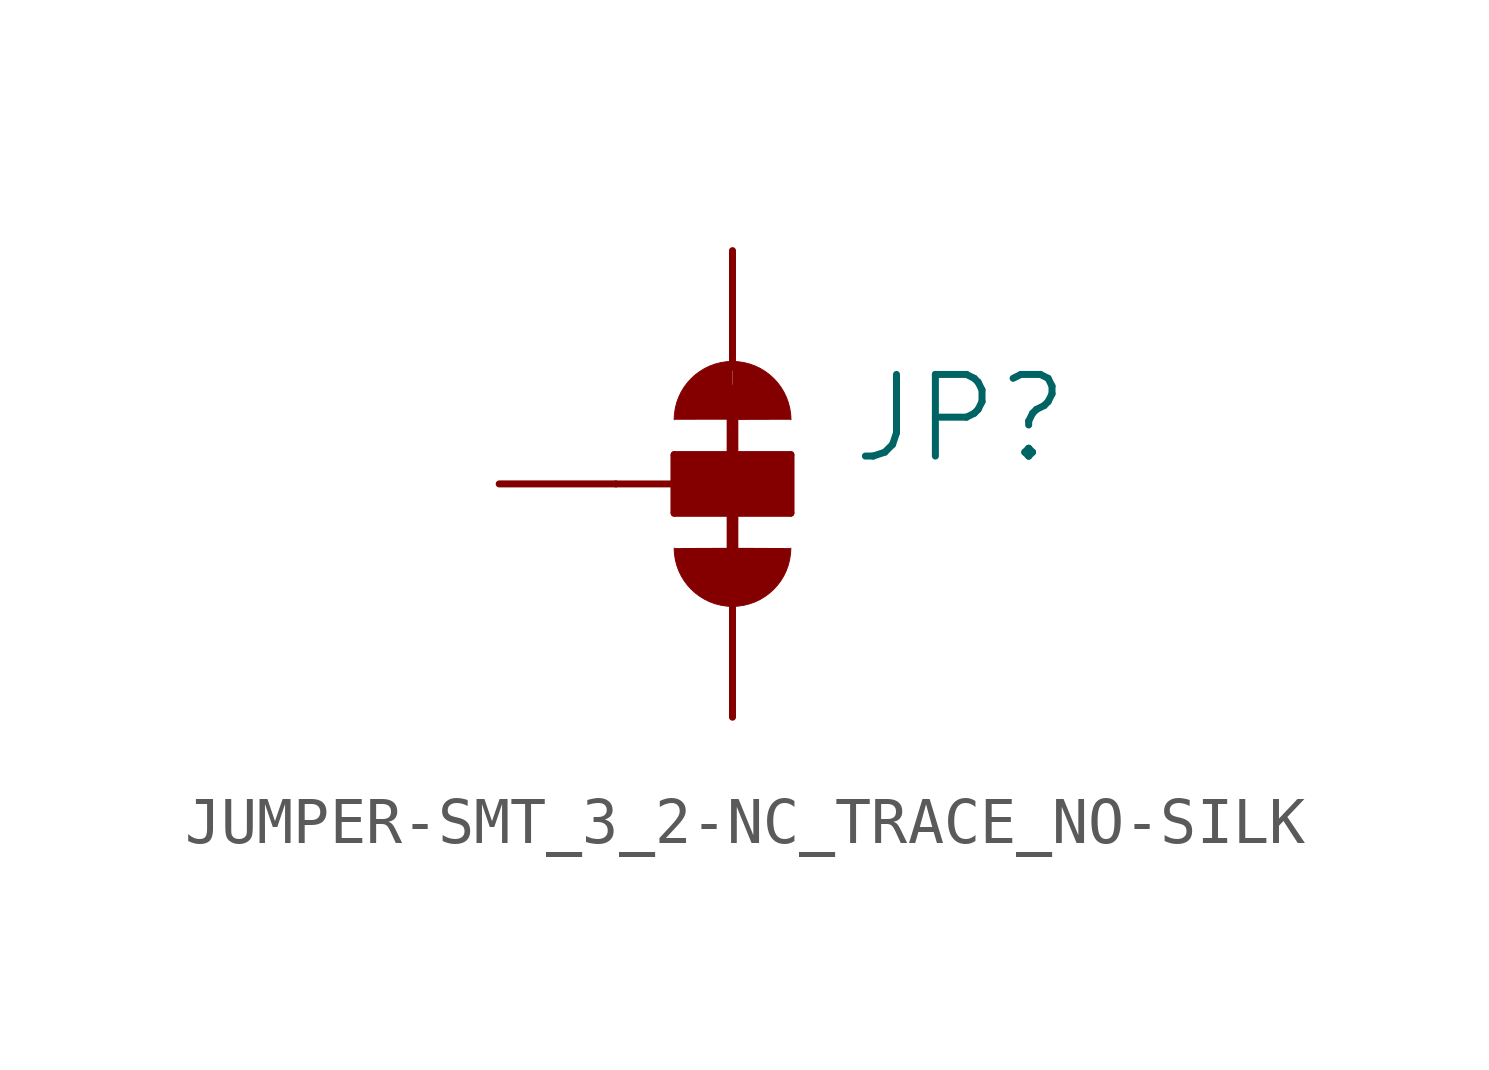
<source format=kicad_sym>
(kicad_symbol_lib
  (version 20220914)
  (generator kicad_symbol_editor)
  (symbol "JUMPER-SMT_3_2-NC_TRACE_NO-SILK"
    (property "Reference" "JP"
      (at 2.54 0.381 0)
      (effects (font (size 1.778 1.778)) (justify left bottom)))
    (property "Value" ""
      (at 2.54 -0.381 0)
      (effects (font (size 1.778 1.778)) (justify left top)))
    (property "ki_locked" ""
      (at 0 0 0)
      (effects (font (size 1.27 1.27))))
    (symbol "JUMPER-SMT_3_2-NC_TRACE_NO-SILK_1_0"
      (arc (start -1.27 -1.397) (mid 0 -2.667) (end 1.27 -1.397) (stroke (width 0.0001) (type solid)) (fill (type outline)))
      (rectangle (start -1.27 -0.635) (end 1.27 0.635) (stroke (width 0) (type default)) (fill (type outline)))
      (polyline (pts (xy -2.54 0) (xy -1.27 0)) (stroke (width 0.152) (type solid)) (fill (type none)))
      (polyline (pts (xy -1.27 -0.635) (xy -1.27 0)) (stroke (width 0.152) (type solid)) (fill (type none)))
      (polyline (pts (xy -1.27 0) (xy -1.27 0.635)) (stroke (width 0.152) (type solid)) (fill (type none)))
      (polyline (pts (xy -1.27 0.635) (xy 1.27 0.635)) (stroke (width 0.152) (type solid)) (fill (type none)))
      (polyline (pts (xy 0 2.032) (xy 0 -1.778)) (stroke (width 0.254) (type solid)) (fill (type none)))
      (polyline (pts (xy 1.27 -0.635) (xy -1.27 -0.635)) (stroke (width 0.152) (type solid)) (fill (type none)))
      (polyline (pts (xy 1.27 0.635) (xy 1.27 -0.635)) (stroke (width 0.152) (type solid)) (fill (type none)))
      (arc (start 0 2.667) (mid -0.898 2.295) (end -1.27 1.397) (stroke (width 0.0001) (type solid)) (fill (type outline)))
      (arc (start 1.27 1.397) (mid 0.898 2.295) (end 0 2.667) (stroke (width 0.0001) (type solid)) (fill (type outline)))
      (pin passive line (at 0 5.08 270) (length 2.54) (name "1" (effects (font (size 0 0)))) (number "1" (effects (font (size 0 0)))))
      (pin passive line (at -5.08 0 0) (length 2.54) (name "2" (effects (font (size 0 0)))) (number "2" (effects (font (size 0 0)))))
      (pin passive line (at 0 -5.08 90) (length 2.54) (name "3" (effects (font (size 0 0)))) (number "3" (effects (font (size 0 0))))))))
</source>
